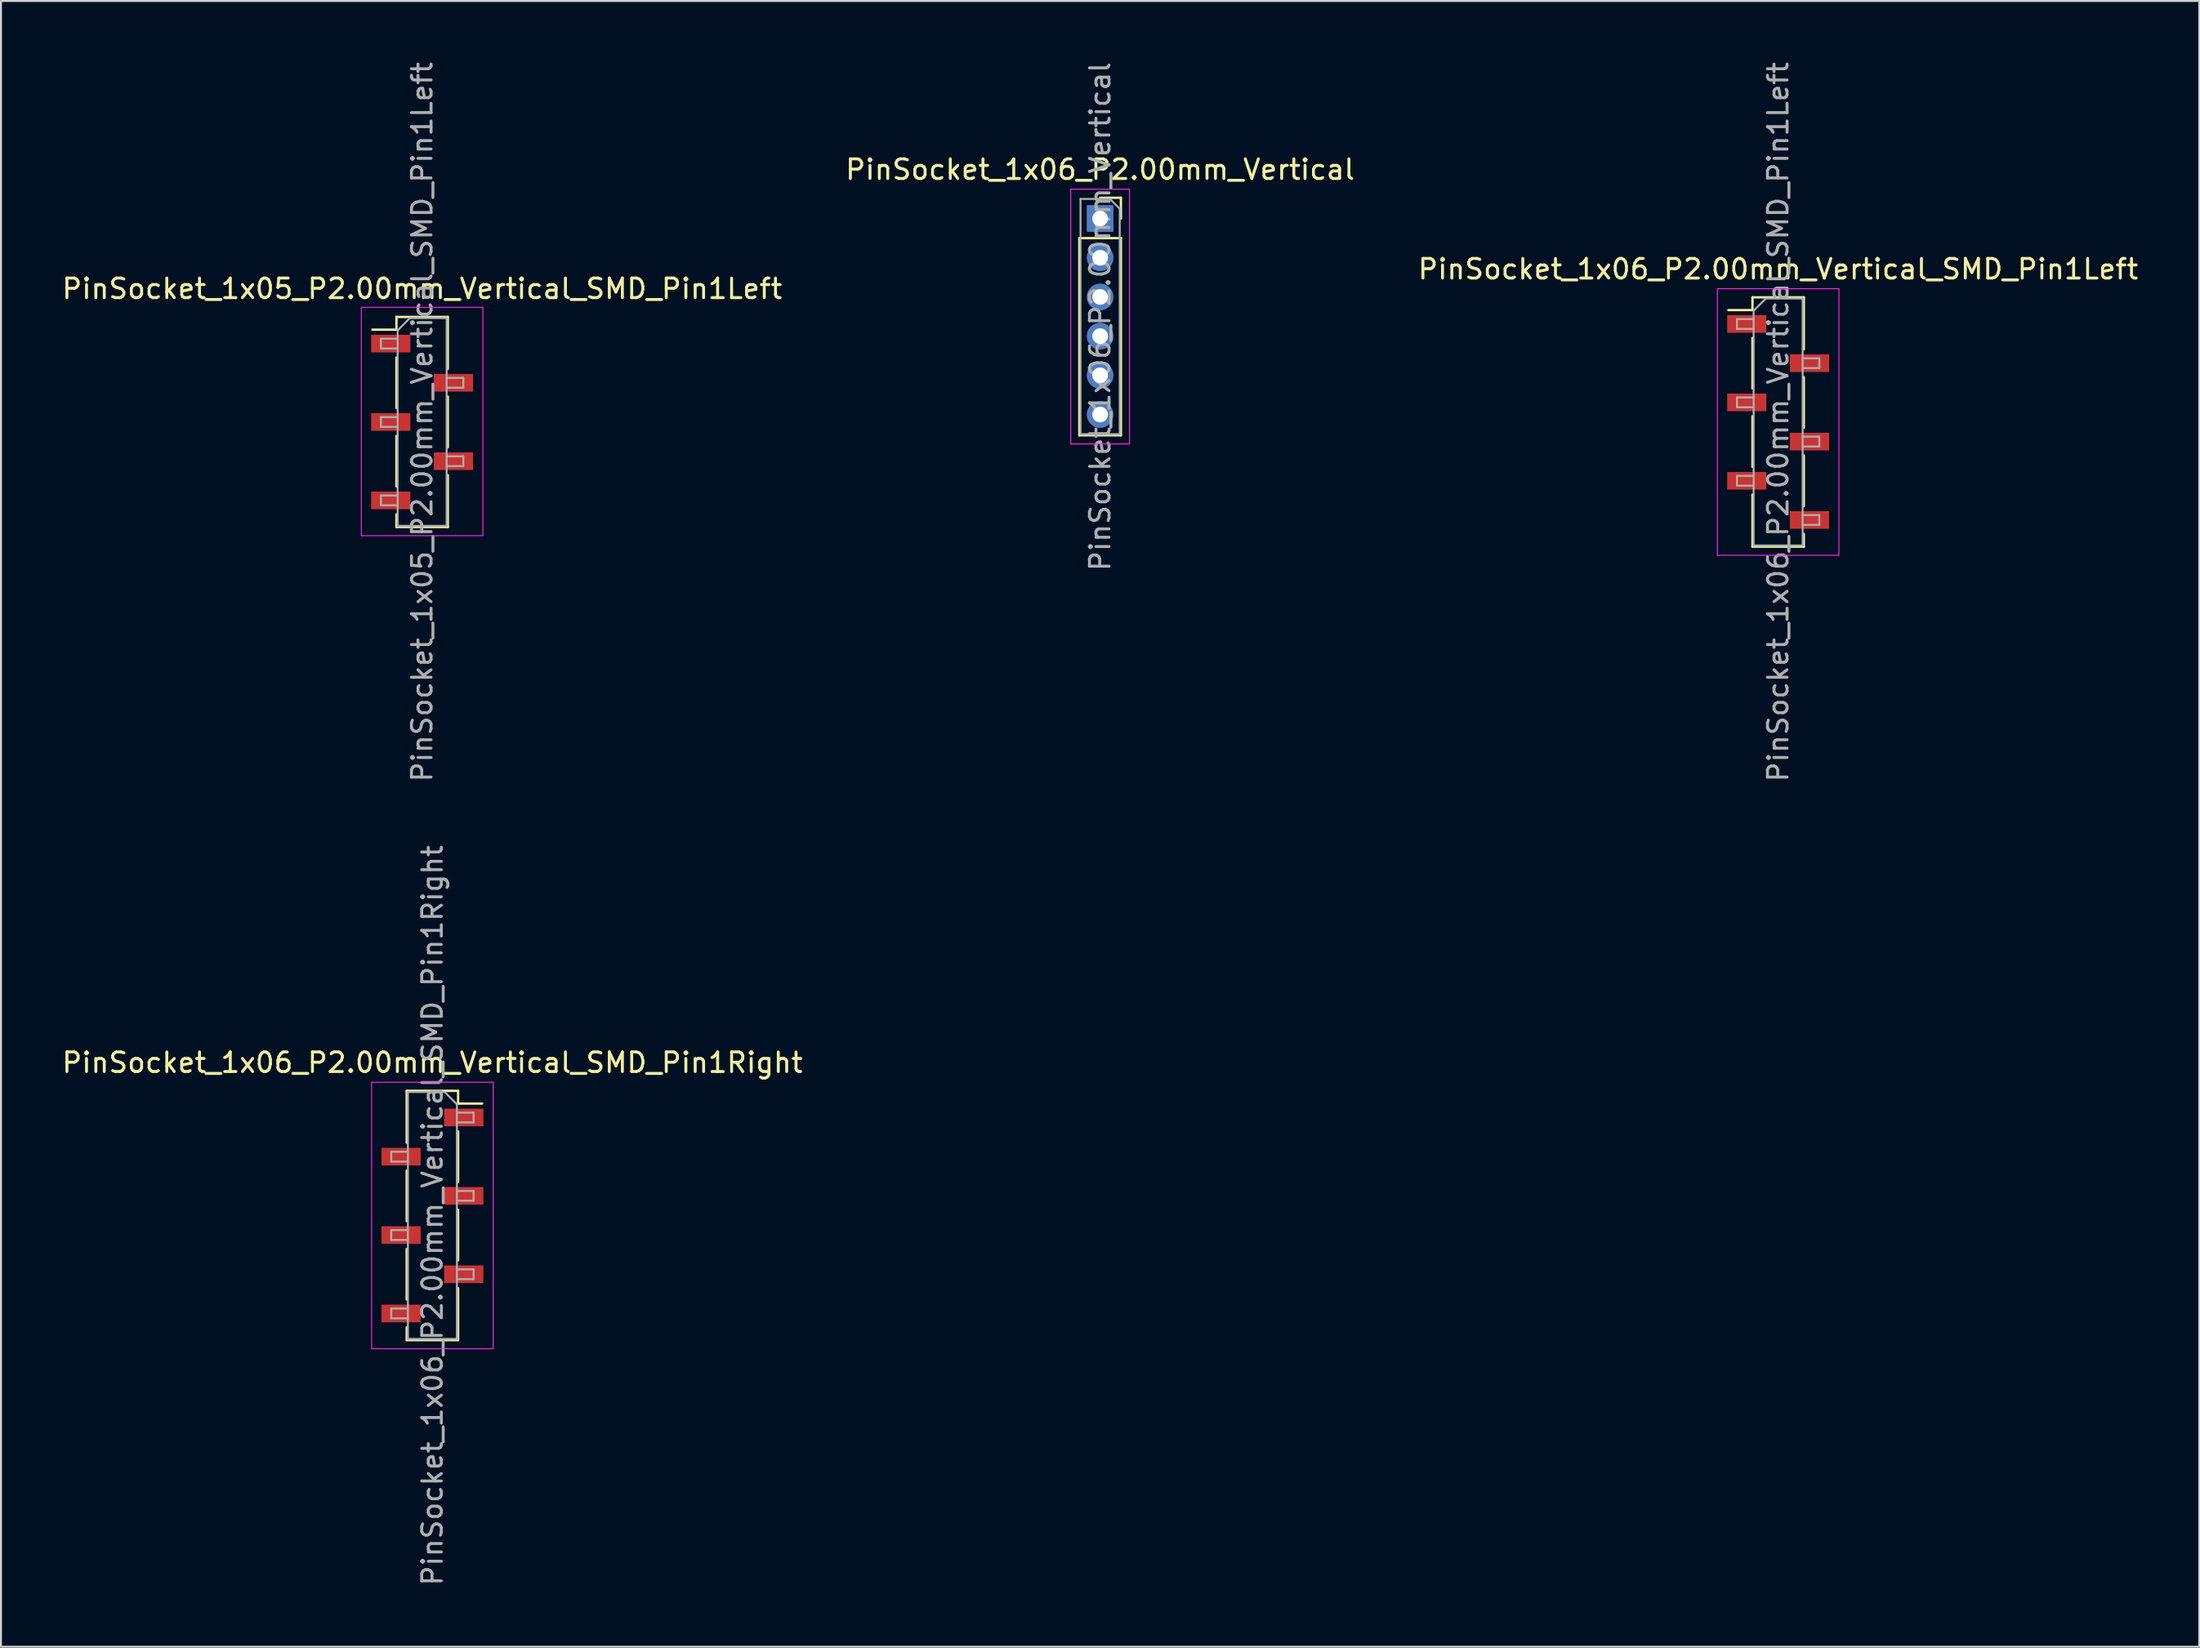
<source format=kicad_pcb>
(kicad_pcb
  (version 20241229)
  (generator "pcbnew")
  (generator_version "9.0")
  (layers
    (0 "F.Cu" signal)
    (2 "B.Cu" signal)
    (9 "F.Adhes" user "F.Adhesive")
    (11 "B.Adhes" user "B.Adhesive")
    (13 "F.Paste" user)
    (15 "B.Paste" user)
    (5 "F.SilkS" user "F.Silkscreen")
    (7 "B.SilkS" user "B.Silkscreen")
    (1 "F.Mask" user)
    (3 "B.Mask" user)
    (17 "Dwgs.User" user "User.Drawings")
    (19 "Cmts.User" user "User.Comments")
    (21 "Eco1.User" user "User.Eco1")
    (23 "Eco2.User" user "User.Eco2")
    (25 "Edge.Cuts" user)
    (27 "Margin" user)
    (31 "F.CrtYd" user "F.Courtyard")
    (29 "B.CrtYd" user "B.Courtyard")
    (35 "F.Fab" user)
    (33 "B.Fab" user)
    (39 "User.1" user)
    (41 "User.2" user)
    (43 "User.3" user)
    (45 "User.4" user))
  (footprint "PinSocket_1x06_P2.00mm_Vertical"
    (layer "F.Cu")
    (at 53.065 8.101)
    (property "Reference" "PinSocket_1x06_P2.00mm_Vertical" (at 0 -2.5 0) (layer "F.SilkS") (effects (font (size 1 1) (thickness 0.15))))
    (attr through_hole)
    (fp_line (start -1.06 1) (end -1.06 11.06) (stroke (width 0.12) (type solid)) (layer "F.SilkS"))
    (fp_line (start -1.06 1) (end 1.06 1) (stroke (width 0.12) (type solid)) (layer "F.SilkS"))
    (fp_line (start -1.06 11.06) (end 1.06 11.06) (stroke (width 0.12) (type solid)) (layer "F.SilkS"))
    (fp_line (start 0 -1.06) (end 1.06 -1.06) (stroke (width 0.12) (type solid)) (layer "F.SilkS"))
    (fp_line (start 1.06 -1.06) (end 1.06 0) (stroke (width 0.12) (type solid)) (layer "F.SilkS"))
    (fp_line (start 1.06 1) (end 1.06 11.06) (stroke (width 0.12) (type solid)) (layer "F.SilkS"))
    (fp_line (start -1.5 -1.5) (end 1.5 -1.5) (stroke (width 0.05) (type solid)) (layer "F.CrtYd"))
    (fp_line (start -1.5 11.5) (end -1.5 -1.5) (stroke (width 0.05) (type solid)) (layer "F.CrtYd"))
    (fp_line (start 1.5 -1.5) (end 1.5 11.5) (stroke (width 0.05) (type solid)) (layer "F.CrtYd"))
    (fp_line (start 1.5 11.5) (end -1.5 11.5) (stroke (width 0.05) (type solid)) (layer "F.CrtYd"))
    (fp_line (start -1 -1) (end 0.5 -1) (stroke (width 0.1) (type solid)) (layer "F.Fab"))
    (fp_line (start -1 11) (end -1 -1) (stroke (width 0.1) (type solid)) (layer "F.Fab"))
    (fp_line (start 0.5 -1) (end 1 -0.5) (stroke (width 0.1) (type solid)) (layer "F.Fab"))
    (fp_line (start 1 -0.5) (end 1 11) (stroke (width 0.1) (type solid)) (layer "F.Fab"))
    (fp_line (start 1 11) (end -1 11) (stroke (width 0.1) (type solid)) (layer "F.Fab"))
    (fp_text user "${REFERENCE}" (at 0 5 90) (layer "F.Fab") (effects (font (size 1 1) (thickness 0.15))))
    (pad "1" thru_hole rect (at 0 0) (size 1.35 1.35) (drill 0.8) (layers "*.Cu" "*.Mask"))
    (pad "2" thru_hole oval (at 0 2) (size 1.35 1.35) (drill 0.8) (layers "*.Cu" "*.Mask"))
    (pad "3" thru_hole oval (at 0 4) (size 1.35 1.35) (drill 0.8) (layers "*.Cu" "*.Mask"))
    (pad "4" thru_hole oval (at 0 6) (size 1.35 1.35) (drill 0.8) (layers "*.Cu" "*.Mask"))
    (pad "5" thru_hole oval (at 0 8) (size 1.35 1.35) (drill 0.8) (layers "*.Cu" "*.Mask"))
    (pad "6" thru_hole oval (at 0 10) (size 1.35 1.35) (drill 0.8) (layers "*.Cu" "*.Mask")))
  (footprint "PinSocket_1x05_P2.00mm_Vertical_SMD_Pin1Left"
    (layer "F.Cu")
    (at 18.482 18.482)
    (property "Reference" "PinSocket_1x05_P2.00mm_Vertical_SMD_Pin1Left" (at 0 -6.8 0) (layer "F.SilkS") (effects (font (size 1 1) (thickness 0.15))))
    (attr smd)
    (fp_line (start -2.54 -4.71) (end -1.31 -4.71) (stroke (width 0.12) (type solid)) (layer "F.SilkS"))
    (fp_line (start -1.31 -5.36) (end -1.31 -4.71) (stroke (width 0.12) (type solid)) (layer "F.SilkS"))
    (fp_line (start -1.31 -5.36) (end 1.31 -5.36) (stroke (width 0.12) (type solid)) (layer "F.SilkS"))
    (fp_line (start -1.31 -3.29) (end -1.31 -0.71) (stroke (width 0.12) (type solid)) (layer "F.SilkS"))
    (fp_line (start -1.31 0.71) (end -1.31 3.29) (stroke (width 0.12) (type solid)) (layer "F.SilkS"))
    (fp_line (start -1.31 4.71) (end -1.31 5.36) (stroke (width 0.12) (type solid)) (layer "F.SilkS"))
    (fp_line (start -1.31 5.36) (end 1.31 5.36) (stroke (width 0.12) (type solid)) (layer "F.SilkS"))
    (fp_line (start 1.31 -5.36) (end 1.31 -2.71) (stroke (width 0.12) (type solid)) (layer "F.SilkS"))
    (fp_line (start 1.31 -1.29) (end 1.31 1.29) (stroke (width 0.12) (type solid)) (layer "F.SilkS"))
    (fp_line (start 1.31 2.71) (end 1.31 5.36) (stroke (width 0.12) (type solid)) (layer "F.SilkS"))
    (fp_line (start -3.1 -5.85) (end 3.1 -5.85) (stroke (width 0.05) (type solid)) (layer "F.CrtYd"))
    (fp_line (start -3.1 5.8) (end -3.1 -5.85) (stroke (width 0.05) (type solid)) (layer "F.CrtYd"))
    (fp_line (start 3.1 -5.85) (end 3.1 5.8) (stroke (width 0.05) (type solid)) (layer "F.CrtYd"))
    (fp_line (start 3.1 5.8) (end -3.1 5.8) (stroke (width 0.05) (type solid)) (layer "F.CrtYd"))
    (fp_line (start -2.1 -4.25) (end -1.25 -4.25) (stroke (width 0.1) (type solid)) (layer "F.Fab"))
    (fp_line (start -2.1 -3.75) (end -2.1 -4.25) (stroke (width 0.1) (type solid)) (layer "F.Fab"))
    (fp_line (start -2.1 -0.25) (end -1.25 -0.25) (stroke (width 0.1) (type solid)) (layer "F.Fab"))
    (fp_line (start -2.1 0.25) (end -2.1 -0.25) (stroke (width 0.1) (type solid)) (layer "F.Fab"))
    (fp_line (start -2.1 3.75) (end -1.25 3.75) (stroke (width 0.1) (type solid)) (layer "F.Fab"))
    (fp_line (start -2.1 4.25) (end -2.1 3.75) (stroke (width 0.1) (type solid)) (layer "F.Fab"))
    (fp_line (start -1.25 -4.675) (end -0.625 -5.3) (stroke (width 0.1) (type solid)) (layer "F.Fab"))
    (fp_line (start -1.25 -3.75) (end -2.1 -3.75) (stroke (width 0.1) (type solid)) (layer "F.Fab"))
    (fp_line (start -1.25 0.25) (end -2.1 0.25) (stroke (width 0.1) (type solid)) (layer "F.Fab"))
    (fp_line (start -1.25 4.25) (end -2.1 4.25) (stroke (width 0.1) (type solid)) (layer "F.Fab"))
    (fp_line (start -1.25 5.3) (end -1.25 -4.675) (stroke (width 0.1) (type solid)) (layer "F.Fab"))
    (fp_line (start -0.625 -5.3) (end 1.25 -5.3) (stroke (width 0.1) (type solid)) (layer "F.Fab"))
    (fp_line (start 1.25 -5.3) (end 1.25 5.3) (stroke (width 0.1) (type solid)) (layer "F.Fab"))
    (fp_line (start 1.25 -2.25) (end 2.1 -2.25) (stroke (width 0.1) (type solid)) (layer "F.Fab"))
    (fp_line (start 1.25 1.75) (end 2.1 1.75) (stroke (width 0.1) (type solid)) (layer "F.Fab"))
    (fp_line (start 1.25 5.3) (end -1.25 5.3) (stroke (width 0.1) (type solid)) (layer "F.Fab"))
    (fp_line (start 2.1 -2.25) (end 2.1 -1.75) (stroke (width 0.1) (type solid)) (layer "F.Fab"))
    (fp_line (start 2.1 -1.75) (end 1.25 -1.75) (stroke (width 0.1) (type solid)) (layer "F.Fab"))
    (fp_line (start 2.1 1.75) (end 2.1 2.25) (stroke (width 0.1) (type solid)) (layer "F.Fab"))
    (fp_line (start 2.1 2.25) (end 1.25 2.25) (stroke (width 0.1) (type solid)) (layer "F.Fab"))
    (fp_text user "${REFERENCE}" (at 0 0 90) (layer "F.Fab") (effects (font (size 1 1) (thickness 0.15))))
    (pad "1" smd rect (at -1.6 -4) (size 2 0.9) (layers "F.Cu" "F.Mask" "F.Paste"))
    (pad "2" smd rect (at 1.6 -2) (size 2 0.9) (layers "F.Cu" "F.Mask" "F.Paste"))
    (pad "3" smd rect (at -1.6 0) (size 2 0.9) (layers "F.Cu" "F.Mask" "F.Paste"))
    (pad "4" smd rect (at 1.6 2) (size 2 0.9) (layers "F.Cu" "F.Mask" "F.Paste"))
    (pad "5" smd rect (at -1.6 4) (size 2 0.9) (layers "F.Cu" "F.Mask" "F.Paste")))
  (footprint "PinSocket_1x06_P2.00mm_Vertical_SMD_Pin1Right"
    (layer "F.Cu")
    (at 19.006 58.97)
    (property "Reference" "PinSocket_1x06_P2.00mm_Vertical_SMD_Pin1Right" (at 0 -7.8 0) (layer "F.SilkS") (effects (font (size 1 1) (thickness 0.15))))
    (attr smd)
    (fp_line (start -1.31 -6.36) (end -1.31 -3.71) (stroke (width 0.12) (type solid)) (layer "F.SilkS"))
    (fp_line (start -1.31 -6.36) (end 1.31 -6.36) (stroke (width 0.12) (type solid)) (layer "F.SilkS"))
    (fp_line (start -1.31 -2.29) (end -1.31 0.29) (stroke (width 0.12) (type solid)) (layer "F.SilkS"))
    (fp_line (start -1.31 1.71) (end -1.31 4.29) (stroke (width 0.12) (type solid)) (layer "F.SilkS"))
    (fp_line (start -1.31 5.71) (end -1.31 6.36) (stroke (width 0.12) (type solid)) (layer "F.SilkS"))
    (fp_line (start -1.31 6.36) (end 1.31 6.36) (stroke (width 0.12) (type solid)) (layer "F.SilkS"))
    (fp_line (start 1.31 -6.36) (end 1.31 -5.71) (stroke (width 0.12) (type solid)) (layer "F.SilkS"))
    (fp_line (start 1.31 -5.71) (end 2.54 -5.71) (stroke (width 0.12) (type solid)) (layer "F.SilkS"))
    (fp_line (start 1.31 -4.29) (end 1.31 -1.71) (stroke (width 0.12) (type solid)) (layer "F.SilkS"))
    (fp_line (start 1.31 -0.29) (end 1.31 2.29) (stroke (width 0.12) (type solid)) (layer "F.SilkS"))
    (fp_line (start 1.31 3.71) (end 1.31 6.36) (stroke (width 0.12) (type solid)) (layer "F.SilkS"))
    (fp_line (start -3.1 -6.8) (end 3.1 -6.8) (stroke (width 0.05) (type solid)) (layer "F.CrtYd"))
    (fp_line (start -3.1 6.8) (end -3.1 -6.8) (stroke (width 0.05) (type solid)) (layer "F.CrtYd"))
    (fp_line (start 3.1 -6.8) (end 3.1 6.8) (stroke (width 0.05) (type solid)) (layer "F.CrtYd"))
    (fp_line (start 3.1 6.8) (end -3.1 6.8) (stroke (width 0.05) (type solid)) (layer "F.CrtYd"))
    (fp_line (start -2.1 -3.25) (end -1.25 -3.25) (stroke (width 0.1) (type solid)) (layer "F.Fab"))
    (fp_line (start -2.1 -2.75) (end -2.1 -3.25) (stroke (width 0.1) (type solid)) (layer "F.Fab"))
    (fp_line (start -2.1 0.75) (end -1.25 0.75) (stroke (width 0.1) (type solid)) (layer "F.Fab"))
    (fp_line (start -2.1 1.25) (end -2.1 0.75) (stroke (width 0.1) (type solid)) (layer "F.Fab"))
    (fp_line (start -2.1 4.75) (end -1.25 4.75) (stroke (width 0.1) (type solid)) (layer "F.Fab"))
    (fp_line (start -2.1 5.25) (end -2.1 4.75) (stroke (width 0.1) (type solid)) (layer "F.Fab"))
    (fp_line (start -1.25 -6.3) (end 0.625 -6.3) (stroke (width 0.1) (type solid)) (layer "F.Fab"))
    (fp_line (start -1.25 -2.75) (end -2.1 -2.75) (stroke (width 0.1) (type solid)) (layer "F.Fab"))
    (fp_line (start -1.25 1.25) (end -2.1 1.25) (stroke (width 0.1) (type solid)) (layer "F.Fab"))
    (fp_line (start -1.25 5.25) (end -2.1 5.25) (stroke (width 0.1) (type solid)) (layer "F.Fab"))
    (fp_line (start -1.25 6.3) (end -1.25 -6.3) (stroke (width 0.1) (type solid)) (layer "F.Fab"))
    (fp_line (start 0.625 -6.3) (end 1.25 -5.675) (stroke (width 0.1) (type solid)) (layer "F.Fab"))
    (fp_line (start 1.25 -5.675) (end 1.25 6.3) (stroke (width 0.1) (type solid)) (layer "F.Fab"))
    (fp_line (start 1.25 -5.25) (end 2.1 -5.25) (stroke (width 0.1) (type solid)) (layer "F.Fab"))
    (fp_line (start 1.25 -1.25) (end 2.1 -1.25) (stroke (width 0.1) (type solid)) (layer "F.Fab"))
    (fp_line (start 1.25 2.75) (end 2.1 2.75) (stroke (width 0.1) (type solid)) (layer "F.Fab"))
    (fp_line (start 1.25 6.3) (end -1.25 6.3) (stroke (width 0.1) (type solid)) (layer "F.Fab"))
    (fp_line (start 2.1 -5.25) (end 2.1 -4.75) (stroke (width 0.1) (type solid)) (layer "F.Fab"))
    (fp_line (start 2.1 -4.75) (end 1.25 -4.75) (stroke (width 0.1) (type solid)) (layer "F.Fab"))
    (fp_line (start 2.1 -1.25) (end 2.1 -0.75) (stroke (width 0.1) (type solid)) (layer "F.Fab"))
    (fp_line (start 2.1 -0.75) (end 1.25 -0.75) (stroke (width 0.1) (type solid)) (layer "F.Fab"))
    (fp_line (start 2.1 2.75) (end 2.1 3.25) (stroke (width 0.1) (type solid)) (layer "F.Fab"))
    (fp_line (start 2.1 3.25) (end 1.25 3.25) (stroke (width 0.1) (type solid)) (layer "F.Fab"))
    (fp_text user "${REFERENCE}" (at 0 0 90) (layer "F.Fab") (effects (font (size 1 1) (thickness 0.15))))
    (pad "1" smd rect (at 1.6 -5) (size 2 0.9) (layers "F.Cu" "F.Mask" "F.Paste"))
    (pad "2" smd rect (at -1.6 -3) (size 2 0.9) (layers "F.Cu" "F.Mask" "F.Paste"))
    (pad "3" smd rect (at 1.6 -1) (size 2 0.9) (layers "F.Cu" "F.Mask" "F.Paste"))
    (pad "4" smd rect (at -1.6 1) (size 2 0.9) (layers "F.Cu" "F.Mask" "F.Paste"))
    (pad "5" smd rect (at 1.6 3) (size 2 0.9) (layers "F.Cu" "F.Mask" "F.Paste"))
    (pad "6" smd rect (at -1.6 5) (size 2 0.9) (layers "F.Cu" "F.Mask" "F.Paste")))
  (footprint "PinSocket_1x06_P2.00mm_Vertical_SMD_Pin1Left"
    (layer "F.Cu")
    (at 87.649 18.482)
    (property "Reference" "PinSocket_1x06_P2.00mm_Vertical_SMD_Pin1Left" (at 0 -7.8 0) (layer "F.SilkS") (effects (font (size 1 1) (thickness 0.15))))
    (attr smd)
    (fp_line (start -2.54 -5.71) (end -1.31 -5.71) (stroke (width 0.12) (type solid)) (layer "F.SilkS"))
    (fp_line (start -1.31 -6.36) (end -1.31 -5.71) (stroke (width 0.12) (type solid)) (layer "F.SilkS"))
    (fp_line (start -1.31 -6.36) (end 1.31 -6.36) (stroke (width 0.12) (type solid)) (layer "F.SilkS"))
    (fp_line (start -1.31 -4.29) (end -1.31 -1.71) (stroke (width 0.12) (type solid)) (layer "F.SilkS"))
    (fp_line (start -1.31 -0.29) (end -1.31 2.29) (stroke (width 0.12) (type solid)) (layer "F.SilkS"))
    (fp_line (start -1.31 3.71) (end -1.31 6.36) (stroke (width 0.12) (type solid)) (layer "F.SilkS"))
    (fp_line (start -1.31 6.36) (end 1.31 6.36) (stroke (width 0.12) (type solid)) (layer "F.SilkS"))
    (fp_line (start 1.31 -6.36) (end 1.31 -3.71) (stroke (width 0.12) (type solid)) (layer "F.SilkS"))
    (fp_line (start 1.31 -2.29) (end 1.31 0.29) (stroke (width 0.12) (type solid)) (layer "F.SilkS"))
    (fp_line (start 1.31 1.71) (end 1.31 4.29) (stroke (width 0.12) (type solid)) (layer "F.SilkS"))
    (fp_line (start 1.31 5.71) (end 1.31 6.36) (stroke (width 0.12) (type solid)) (layer "F.SilkS"))
    (fp_line (start -3.1 -6.8) (end 3.1 -6.8) (stroke (width 0.05) (type solid)) (layer "F.CrtYd"))
    (fp_line (start -3.1 6.8) (end -3.1 -6.8) (stroke (width 0.05) (type solid)) (layer "F.CrtYd"))
    (fp_line (start 3.1 -6.8) (end 3.1 6.8) (stroke (width 0.05) (type solid)) (layer "F.CrtYd"))
    (fp_line (start 3.1 6.8) (end -3.1 6.8) (stroke (width 0.05) (type solid)) (layer "F.CrtYd"))
    (fp_line (start -2.1 -5.25) (end -1.25 -5.25) (stroke (width 0.1) (type solid)) (layer "F.Fab"))
    (fp_line (start -2.1 -4.75) (end -2.1 -5.25) (stroke (width 0.1) (type solid)) (layer "F.Fab"))
    (fp_line (start -2.1 -1.25) (end -1.25 -1.25) (stroke (width 0.1) (type solid)) (layer "F.Fab"))
    (fp_line (start -2.1 -0.75) (end -2.1 -1.25) (stroke (width 0.1) (type solid)) (layer "F.Fab"))
    (fp_line (start -2.1 2.75) (end -1.25 2.75) (stroke (width 0.1) (type solid)) (layer "F.Fab"))
    (fp_line (start -2.1 3.25) (end -2.1 2.75) (stroke (width 0.1) (type solid)) (layer "F.Fab"))
    (fp_line (start -1.25 -5.675) (end -0.625 -6.3) (stroke (width 0.1) (type solid)) (layer "F.Fab"))
    (fp_line (start -1.25 -4.75) (end -2.1 -4.75) (stroke (width 0.1) (type solid)) (layer "F.Fab"))
    (fp_line (start -1.25 -0.75) (end -2.1 -0.75) (stroke (width 0.1) (type solid)) (layer "F.Fab"))
    (fp_line (start -1.25 3.25) (end -2.1 3.25) (stroke (width 0.1) (type solid)) (layer "F.Fab"))
    (fp_line (start -1.25 6.3) (end -1.25 -5.675) (stroke (width 0.1) (type solid)) (layer "F.Fab"))
    (fp_line (start -0.625 -6.3) (end 1.25 -6.3) (stroke (width 0.1) (type solid)) (layer "F.Fab"))
    (fp_line (start 1.25 -6.3) (end 1.25 6.3) (stroke (width 0.1) (type solid)) (layer "F.Fab"))
    (fp_line (start 1.25 -3.25) (end 2.1 -3.25) (stroke (width 0.1) (type solid)) (layer "F.Fab"))
    (fp_line (start 1.25 0.75) (end 2.1 0.75) (stroke (width 0.1) (type solid)) (layer "F.Fab"))
    (fp_line (start 1.25 4.75) (end 2.1 4.75) (stroke (width 0.1) (type solid)) (layer "F.Fab"))
    (fp_line (start 1.25 6.3) (end -1.25 6.3) (stroke (width 0.1) (type solid)) (layer "F.Fab"))
    (fp_line (start 2.1 -3.25) (end 2.1 -2.75) (stroke (width 0.1) (type solid)) (layer "F.Fab"))
    (fp_line (start 2.1 -2.75) (end 1.25 -2.75) (stroke (width 0.1) (type solid)) (layer "F.Fab"))
    (fp_line (start 2.1 0.75) (end 2.1 1.25) (stroke (width 0.1) (type solid)) (layer "F.Fab"))
    (fp_line (start 2.1 1.25) (end 1.25 1.25) (stroke (width 0.1) (type solid)) (layer "F.Fab"))
    (fp_line (start 2.1 4.75) (end 2.1 5.25) (stroke (width 0.1) (type solid)) (layer "F.Fab"))
    (fp_line (start 2.1 5.25) (end 1.25 5.25) (stroke (width 0.1) (type solid)) (layer "F.Fab"))
    (fp_text user "${REFERENCE}" (at 0 0 90) (layer "F.Fab") (effects (font (size 1 1) (thickness 0.15))))
    (pad "1" smd rect (at -1.6 -5) (size 2 0.9) (layers "F.Cu" "F.Mask" "F.Paste"))
    (pad "2" smd rect (at 1.6 -3) (size 2 0.9) (layers "F.Cu" "F.Mask" "F.Paste"))
    (pad "3" smd rect (at -1.6 -1) (size 2 0.9) (layers "F.Cu" "F.Mask" "F.Paste"))
    (pad "4" smd rect (at 1.6 1) (size 2 0.9) (layers "F.Cu" "F.Mask" "F.Paste"))
    (pad "5" smd rect (at -1.6 3) (size 2 0.9) (layers "F.Cu" "F.Mask" "F.Paste"))
    (pad "6" smd rect (at 1.6 5) (size 2 0.9) (layers "F.Cu" "F.Mask" "F.Paste")))
  (gr_rect
    (start -3 -3)
    (end 109.131 80.976)
    (stroke (width 0.1) (type default))
    (fill no)
    (layer "Edge.Cuts")))
</source>
